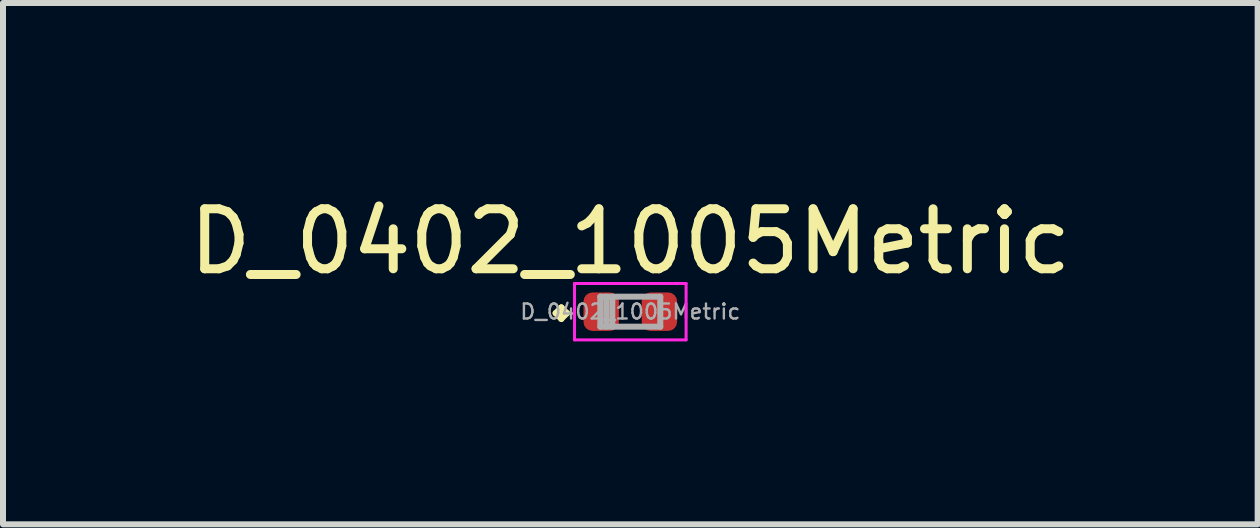
<source format=kicad_pcb>
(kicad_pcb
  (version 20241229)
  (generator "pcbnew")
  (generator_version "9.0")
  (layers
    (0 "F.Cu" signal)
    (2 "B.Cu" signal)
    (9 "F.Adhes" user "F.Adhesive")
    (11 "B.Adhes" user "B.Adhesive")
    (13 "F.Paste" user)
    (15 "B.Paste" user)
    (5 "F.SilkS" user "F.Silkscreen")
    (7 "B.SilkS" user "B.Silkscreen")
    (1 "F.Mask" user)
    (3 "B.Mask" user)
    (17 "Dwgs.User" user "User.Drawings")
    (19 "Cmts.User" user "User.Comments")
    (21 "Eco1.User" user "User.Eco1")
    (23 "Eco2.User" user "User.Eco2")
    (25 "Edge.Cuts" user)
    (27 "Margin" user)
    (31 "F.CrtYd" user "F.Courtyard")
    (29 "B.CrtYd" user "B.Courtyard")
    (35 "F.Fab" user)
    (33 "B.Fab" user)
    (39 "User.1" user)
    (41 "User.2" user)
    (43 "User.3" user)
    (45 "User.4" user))
  (footprint "D_0402_1005Metric"
    (layer "F.Cu")
    (at 7.458 2.146)
    (property "Reference" "D_0402_1005Metric" (at 0 -1.17 0) (layer "F.SilkS") (effects (font (size 1 1) (thickness 0.15))))
    (attr smd)
    (fp_line (start -0.93 -0.47) (end 0.93 -0.47) (stroke (width 0.05) (type solid)) (layer "F.CrtYd"))
    (fp_line (start -0.93 0.47) (end -0.93 -0.47) (stroke (width 0.05) (type solid)) (layer "F.CrtYd"))
    (fp_line (start 0.93 -0.47) (end 0.93 0.47) (stroke (width 0.05) (type solid)) (layer "F.CrtYd"))
    (fp_line (start 0.93 0.47) (end -0.93 0.47) (stroke (width 0.05) (type solid)) (layer "F.CrtYd"))
    (fp_line (start -0.5 -0.25) (end 0.5 -0.25) (stroke (width 0.1) (type solid)) (layer "F.Fab"))
    (fp_line (start -0.5 0.25) (end -0.5 -0.25) (stroke (width 0.1) (type solid)) (layer "F.Fab"))
    (fp_line (start -0.4 0.25) (end -0.4 -0.25) (stroke (width 0.1) (type solid)) (layer "F.Fab"))
    (fp_line (start -0.3 0.25) (end -0.3 -0.25) (stroke (width 0.1) (type solid)) (layer "F.Fab"))
    (fp_line (start 0.5 -0.25) (end 0.5 0.25) (stroke (width 0.1) (type solid)) (layer "F.Fab"))
    (fp_line (start 0.5 0.25) (end -0.5 0.25) (stroke (width 0.1) (type solid)) (layer "F.Fab"))
    (fp_text user "." (at -1.15 -0.8 0) (unlocked yes) (layer "F.SilkS") (effects (font (size 2 2) (thickness 0.1))))
    (fp_text user "${REFERENCE}" (at 0 0 0) (layer "F.Fab") (effects (font (size 0.25 0.25) (thickness 0.04))))
    (pad "1" smd roundrect (at -0.485 0) (size 0.59 0.64) (layers "F.Cu" "F.Mask" "F.Paste") (roundrect_rratio 0.25))
    (pad "2" smd roundrect (at 0.485 0) (size 0.59 0.64) (layers "F.Cu" "F.Mask" "F.Paste") (roundrect_rratio 0.25)))
  (gr_rect
    (start -3 -3)
    (end 17.917 5.691)
    (stroke (width 0.1) (type default))
    (fill no)
    (layer "Edge.Cuts")))
</source>
